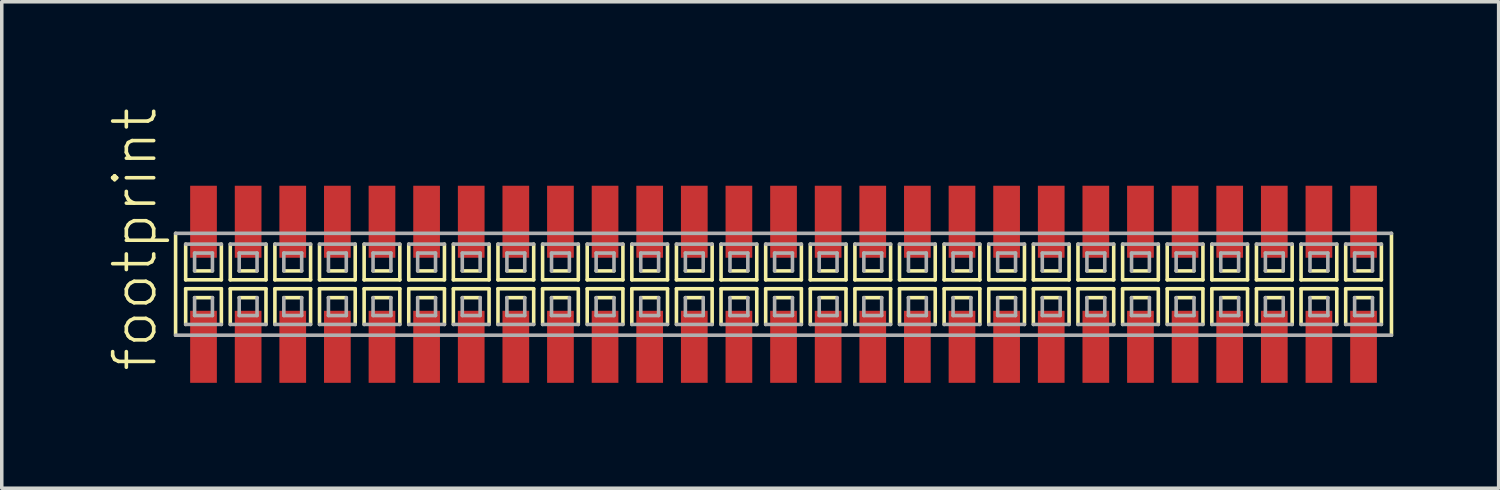
<source format=kicad_pcb>
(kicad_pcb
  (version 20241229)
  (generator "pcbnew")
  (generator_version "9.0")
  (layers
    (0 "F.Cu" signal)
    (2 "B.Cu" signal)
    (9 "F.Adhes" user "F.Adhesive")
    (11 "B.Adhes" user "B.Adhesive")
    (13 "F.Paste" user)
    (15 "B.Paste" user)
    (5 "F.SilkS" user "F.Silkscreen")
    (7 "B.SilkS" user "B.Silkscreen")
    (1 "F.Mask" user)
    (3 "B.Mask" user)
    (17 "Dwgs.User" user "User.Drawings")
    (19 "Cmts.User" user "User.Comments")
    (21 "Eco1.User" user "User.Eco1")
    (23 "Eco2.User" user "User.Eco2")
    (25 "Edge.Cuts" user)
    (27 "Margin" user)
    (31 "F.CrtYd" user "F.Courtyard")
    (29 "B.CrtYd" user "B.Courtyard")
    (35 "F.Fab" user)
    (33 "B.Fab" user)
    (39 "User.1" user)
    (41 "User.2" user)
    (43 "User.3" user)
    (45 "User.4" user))
  (footprint "footprint"
    (layer "F.Cu")
    (at 19.253 5.042)
    (property "Reference" "footprint" (at -17.78 2.54 90) (layer "F.SilkS") (effects (font (size 1.168 1.168) (thickness 0.102)) (justify left bottom)))
    (fp_line (start -17.305 -1.45) (end -17.305 1.45) (stroke (width 0.102) (type solid)) (layer "F.SilkS"))
    (fp_line (start -17.018 -1.143) (end -17.018 -0.127) (stroke (width 0.102) (type solid)) (layer "F.SilkS"))
    (fp_line (start -17.018 -0.127) (end -16.002 -0.127) (stroke (width 0.102) (type solid)) (layer "F.SilkS"))
    (fp_line (start -17.018 0.127) (end -17.018 1.143) (stroke (width 0.102) (type solid)) (layer "F.SilkS"))
    (fp_line (start -16.764 -0.381) (end -16.256 -0.381) (stroke (width 0.102) (type solid)) (layer "F.SilkS"))
    (fp_line (start -16.256 0.381) (end -16.764 0.381) (stroke (width 0.102) (type solid)) (layer "F.SilkS"))
    (fp_line (start -16.002 -0.127) (end -16.002 -1.143) (stroke (width 0.102) (type solid)) (layer "F.SilkS"))
    (fp_line (start -16.002 0.127) (end -17.018 0.127) (stroke (width 0.102) (type solid)) (layer "F.SilkS"))
    (fp_line (start -16.002 1.143) (end -16.002 0.127) (stroke (width 0.102) (type solid)) (layer "F.SilkS"))
    (fp_line (start -15.748 -1.143) (end -15.748 -0.127) (stroke (width 0.102) (type solid)) (layer "F.SilkS"))
    (fp_line (start -15.748 -0.127) (end -14.732 -0.127) (stroke (width 0.102) (type solid)) (layer "F.SilkS"))
    (fp_line (start -15.748 0.127) (end -15.748 1.143) (stroke (width 0.102) (type solid)) (layer "F.SilkS"))
    (fp_line (start -15.494 -0.381) (end -14.986 -0.381) (stroke (width 0.102) (type solid)) (layer "F.SilkS"))
    (fp_line (start -14.986 0.381) (end -15.494 0.381) (stroke (width 0.102) (type solid)) (layer "F.SilkS"))
    (fp_line (start -14.732 -0.127) (end -14.732 -1.143) (stroke (width 0.102) (type solid)) (layer "F.SilkS"))
    (fp_line (start -14.732 0.127) (end -15.748 0.127) (stroke (width 0.102) (type solid)) (layer "F.SilkS"))
    (fp_line (start -14.732 1.143) (end -14.732 0.127) (stroke (width 0.102) (type solid)) (layer "F.SilkS"))
    (fp_line (start -14.478 -1.143) (end -14.478 -0.127) (stroke (width 0.102) (type solid)) (layer "F.SilkS"))
    (fp_line (start -14.478 -0.127) (end -13.462 -0.127) (stroke (width 0.102) (type solid)) (layer "F.SilkS"))
    (fp_line (start -14.478 0.127) (end -14.478 1.143) (stroke (width 0.102) (type solid)) (layer "F.SilkS"))
    (fp_line (start -14.224 -0.381) (end -13.716 -0.381) (stroke (width 0.102) (type solid)) (layer "F.SilkS"))
    (fp_line (start -13.716 0.381) (end -14.224 0.381) (stroke (width 0.102) (type solid)) (layer "F.SilkS"))
    (fp_line (start -13.462 -0.127) (end -13.462 -1.143) (stroke (width 0.102) (type solid)) (layer "F.SilkS"))
    (fp_line (start -13.462 0.127) (end -14.478 0.127) (stroke (width 0.102) (type solid)) (layer "F.SilkS"))
    (fp_line (start -13.462 1.143) (end -13.462 0.127) (stroke (width 0.102) (type solid)) (layer "F.SilkS"))
    (fp_line (start -13.208 -1.143) (end -13.208 -0.127) (stroke (width 0.102) (type solid)) (layer "F.SilkS"))
    (fp_line (start -13.208 -0.127) (end -12.192 -0.127) (stroke (width 0.102) (type solid)) (layer "F.SilkS"))
    (fp_line (start -13.208 0.127) (end -13.208 1.143) (stroke (width 0.102) (type solid)) (layer "F.SilkS"))
    (fp_line (start -12.954 -0.381) (end -12.446 -0.381) (stroke (width 0.102) (type solid)) (layer "F.SilkS"))
    (fp_line (start -12.446 0.381) (end -12.954 0.381) (stroke (width 0.102) (type solid)) (layer "F.SilkS"))
    (fp_line (start -12.192 -0.127) (end -12.192 -1.143) (stroke (width 0.102) (type solid)) (layer "F.SilkS"))
    (fp_line (start -12.192 0.127) (end -13.208 0.127) (stroke (width 0.102) (type solid)) (layer "F.SilkS"))
    (fp_line (start -12.192 1.143) (end -12.192 0.127) (stroke (width 0.102) (type solid)) (layer "F.SilkS"))
    (fp_line (start -11.938 -1.143) (end -11.938 -0.127) (stroke (width 0.102) (type solid)) (layer "F.SilkS"))
    (fp_line (start -11.938 -0.127) (end -10.922 -0.127) (stroke (width 0.102) (type solid)) (layer "F.SilkS"))
    (fp_line (start -11.938 0.127) (end -11.938 1.143) (stroke (width 0.102) (type solid)) (layer "F.SilkS"))
    (fp_line (start -11.684 -0.381) (end -11.176 -0.381) (stroke (width 0.102) (type solid)) (layer "F.SilkS"))
    (fp_line (start -11.176 0.381) (end -11.684 0.381) (stroke (width 0.102) (type solid)) (layer "F.SilkS"))
    (fp_line (start -10.922 -0.127) (end -10.922 -1.143) (stroke (width 0.102) (type solid)) (layer "F.SilkS"))
    (fp_line (start -10.922 0.127) (end -11.938 0.127) (stroke (width 0.102) (type solid)) (layer "F.SilkS"))
    (fp_line (start -10.922 1.143) (end -10.922 0.127) (stroke (width 0.102) (type solid)) (layer "F.SilkS"))
    (fp_line (start -10.668 -1.143) (end -10.668 -0.127) (stroke (width 0.102) (type solid)) (layer "F.SilkS"))
    (fp_line (start -10.668 -0.127) (end -9.652 -0.127) (stroke (width 0.102) (type solid)) (layer "F.SilkS"))
    (fp_line (start -10.668 0.127) (end -10.668 1.143) (stroke (width 0.102) (type solid)) (layer "F.SilkS"))
    (fp_line (start -10.414 -0.381) (end -9.906 -0.381) (stroke (width 0.102) (type solid)) (layer "F.SilkS"))
    (fp_line (start -9.906 0.381) (end -10.414 0.381) (stroke (width 0.102) (type solid)) (layer "F.SilkS"))
    (fp_line (start -9.652 -0.127) (end -9.652 -1.143) (stroke (width 0.102) (type solid)) (layer "F.SilkS"))
    (fp_line (start -9.652 0.127) (end -10.668 0.127) (stroke (width 0.102) (type solid)) (layer "F.SilkS"))
    (fp_line (start -9.652 1.143) (end -9.652 0.127) (stroke (width 0.102) (type solid)) (layer "F.SilkS"))
    (fp_line (start -9.398 -1.143) (end -9.398 -0.127) (stroke (width 0.102) (type solid)) (layer "F.SilkS"))
    (fp_line (start -9.398 -0.127) (end -8.382 -0.127) (stroke (width 0.102) (type solid)) (layer "F.SilkS"))
    (fp_line (start -9.398 0.127) (end -9.398 1.143) (stroke (width 0.102) (type solid)) (layer "F.SilkS"))
    (fp_line (start -9.144 -0.381) (end -8.636 -0.381) (stroke (width 0.102) (type solid)) (layer "F.SilkS"))
    (fp_line (start -8.636 0.381) (end -9.144 0.381) (stroke (width 0.102) (type solid)) (layer "F.SilkS"))
    (fp_line (start -8.382 -0.127) (end -8.382 -1.143) (stroke (width 0.102) (type solid)) (layer "F.SilkS"))
    (fp_line (start -8.382 0.127) (end -9.398 0.127) (stroke (width 0.102) (type solid)) (layer "F.SilkS"))
    (fp_line (start -8.382 1.143) (end -8.382 0.127) (stroke (width 0.102) (type solid)) (layer "F.SilkS"))
    (fp_line (start -8.128 -1.143) (end -8.128 -0.127) (stroke (width 0.102) (type solid)) (layer "F.SilkS"))
    (fp_line (start -8.128 -0.127) (end -7.112 -0.127) (stroke (width 0.102) (type solid)) (layer "F.SilkS"))
    (fp_line (start -8.128 0.127) (end -8.128 1.143) (stroke (width 0.102) (type solid)) (layer "F.SilkS"))
    (fp_line (start -7.874 -0.381) (end -7.366 -0.381) (stroke (width 0.102) (type solid)) (layer "F.SilkS"))
    (fp_line (start -7.366 0.381) (end -7.874 0.381) (stroke (width 0.102) (type solid)) (layer "F.SilkS"))
    (fp_line (start -7.112 -0.127) (end -7.112 -1.143) (stroke (width 0.102) (type solid)) (layer "F.SilkS"))
    (fp_line (start -7.112 0.127) (end -8.128 0.127) (stroke (width 0.102) (type solid)) (layer "F.SilkS"))
    (fp_line (start -7.112 1.143) (end -7.112 0.127) (stroke (width 0.102) (type solid)) (layer "F.SilkS"))
    (fp_line (start -6.858 -1.143) (end -6.858 -0.127) (stroke (width 0.102) (type solid)) (layer "F.SilkS"))
    (fp_line (start -6.858 -0.127) (end -5.842 -0.127) (stroke (width 0.102) (type solid)) (layer "F.SilkS"))
    (fp_line (start -6.858 0.127) (end -6.858 1.143) (stroke (width 0.102) (type solid)) (layer "F.SilkS"))
    (fp_line (start -6.604 -0.381) (end -6.096 -0.381) (stroke (width 0.102) (type solid)) (layer "F.SilkS"))
    (fp_line (start -6.096 0.381) (end -6.604 0.381) (stroke (width 0.102) (type solid)) (layer "F.SilkS"))
    (fp_line (start -5.842 -0.127) (end -5.842 -1.143) (stroke (width 0.102) (type solid)) (layer "F.SilkS"))
    (fp_line (start -5.842 0.127) (end -6.858 0.127) (stroke (width 0.102) (type solid)) (layer "F.SilkS"))
    (fp_line (start -5.842 1.143) (end -5.842 0.127) (stroke (width 0.102) (type solid)) (layer "F.SilkS"))
    (fp_line (start -5.588 -1.143) (end -5.588 -0.127) (stroke (width 0.102) (type solid)) (layer "F.SilkS"))
    (fp_line (start -5.588 -0.127) (end -4.572 -0.127) (stroke (width 0.102) (type solid)) (layer "F.SilkS"))
    (fp_line (start -5.588 0.127) (end -5.588 1.143) (stroke (width 0.102) (type solid)) (layer "F.SilkS"))
    (fp_line (start -5.334 -0.381) (end -4.826 -0.381) (stroke (width 0.102) (type solid)) (layer "F.SilkS"))
    (fp_line (start -4.826 0.381) (end -5.334 0.381) (stroke (width 0.102) (type solid)) (layer "F.SilkS"))
    (fp_line (start -4.572 -0.127) (end -4.572 -1.143) (stroke (width 0.102) (type solid)) (layer "F.SilkS"))
    (fp_line (start -4.572 0.127) (end -5.588 0.127) (stroke (width 0.102) (type solid)) (layer "F.SilkS"))
    (fp_line (start -4.572 1.143) (end -4.572 0.127) (stroke (width 0.102) (type solid)) (layer "F.SilkS"))
    (fp_line (start -4.318 -1.143) (end -4.318 -0.127) (stroke (width 0.102) (type solid)) (layer "F.SilkS"))
    (fp_line (start -4.318 -0.127) (end -3.302 -0.127) (stroke (width 0.102) (type solid)) (layer "F.SilkS"))
    (fp_line (start -4.318 0.127) (end -4.318 1.143) (stroke (width 0.102) (type solid)) (layer "F.SilkS"))
    (fp_line (start -4.064 -0.381) (end -3.556 -0.381) (stroke (width 0.102) (type solid)) (layer "F.SilkS"))
    (fp_line (start -3.556 0.381) (end -4.064 0.381) (stroke (width 0.102) (type solid)) (layer "F.SilkS"))
    (fp_line (start -3.302 -0.127) (end -3.302 -1.143) (stroke (width 0.102) (type solid)) (layer "F.SilkS"))
    (fp_line (start -3.302 0.127) (end -4.318 0.127) (stroke (width 0.102) (type solid)) (layer "F.SilkS"))
    (fp_line (start -3.302 1.143) (end -3.302 0.127) (stroke (width 0.102) (type solid)) (layer "F.SilkS"))
    (fp_line (start -3.048 -1.143) (end -3.048 -0.127) (stroke (width 0.102) (type solid)) (layer "F.SilkS"))
    (fp_line (start -3.048 -0.127) (end -2.032 -0.127) (stroke (width 0.102) (type solid)) (layer "F.SilkS"))
    (fp_line (start -3.048 0.127) (end -3.048 1.143) (stroke (width 0.102) (type solid)) (layer "F.SilkS"))
    (fp_line (start -2.794 -0.381) (end -2.286 -0.381) (stroke (width 0.102) (type solid)) (layer "F.SilkS"))
    (fp_line (start -2.286 0.381) (end -2.794 0.381) (stroke (width 0.102) (type solid)) (layer "F.SilkS"))
    (fp_line (start -2.032 -0.127) (end -2.032 -1.143) (stroke (width 0.102) (type solid)) (layer "F.SilkS"))
    (fp_line (start -2.032 0.127) (end -3.048 0.127) (stroke (width 0.102) (type solid)) (layer "F.SilkS"))
    (fp_line (start -2.032 1.143) (end -2.032 0.127) (stroke (width 0.102) (type solid)) (layer "F.SilkS"))
    (fp_line (start -1.778 -1.143) (end -1.778 -0.127) (stroke (width 0.102) (type solid)) (layer "F.SilkS"))
    (fp_line (start -1.778 -0.127) (end -0.762 -0.127) (stroke (width 0.102) (type solid)) (layer "F.SilkS"))
    (fp_line (start -1.778 0.127) (end -1.778 1.143) (stroke (width 0.102) (type solid)) (layer "F.SilkS"))
    (fp_line (start -1.524 -0.381) (end -1.016 -0.381) (stroke (width 0.102) (type solid)) (layer "F.SilkS"))
    (fp_line (start -1.016 0.381) (end -1.524 0.381) (stroke (width 0.102) (type solid)) (layer "F.SilkS"))
    (fp_line (start -0.762 -0.127) (end -0.762 -1.143) (stroke (width 0.102) (type solid)) (layer "F.SilkS"))
    (fp_line (start -0.762 0.127) (end -1.778 0.127) (stroke (width 0.102) (type solid)) (layer "F.SilkS"))
    (fp_line (start -0.762 1.143) (end -0.762 0.127) (stroke (width 0.102) (type solid)) (layer "F.SilkS"))
    (fp_line (start -0.508 -1.143) (end -0.508 -0.127) (stroke (width 0.102) (type solid)) (layer "F.SilkS"))
    (fp_line (start -0.508 -0.127) (end 0.508 -0.127) (stroke (width 0.102) (type solid)) (layer "F.SilkS"))
    (fp_line (start -0.508 0.127) (end -0.508 1.143) (stroke (width 0.102) (type solid)) (layer "F.SilkS"))
    (fp_line (start -0.254 -0.381) (end 0.254 -0.381) (stroke (width 0.102) (type solid)) (layer "F.SilkS"))
    (fp_line (start 0.254 0.381) (end -0.254 0.381) (stroke (width 0.102) (type solid)) (layer "F.SilkS"))
    (fp_line (start 0.508 -0.127) (end 0.508 -1.143) (stroke (width 0.102) (type solid)) (layer "F.SilkS"))
    (fp_line (start 0.508 0.127) (end -0.508 0.127) (stroke (width 0.102) (type solid)) (layer "F.SilkS"))
    (fp_line (start 0.508 1.143) (end 0.508 0.127) (stroke (width 0.102) (type solid)) (layer "F.SilkS"))
    (fp_line (start 0.762 -1.143) (end 0.762 -0.127) (stroke (width 0.102) (type solid)) (layer "F.SilkS"))
    (fp_line (start 0.762 -0.127) (end 1.778 -0.127) (stroke (width 0.102) (type solid)) (layer "F.SilkS"))
    (fp_line (start 0.762 0.127) (end 0.762 1.143) (stroke (width 0.102) (type solid)) (layer "F.SilkS"))
    (fp_line (start 1.016 -0.381) (end 1.524 -0.381) (stroke (width 0.102) (type solid)) (layer "F.SilkS"))
    (fp_line (start 1.524 0.381) (end 1.016 0.381) (stroke (width 0.102) (type solid)) (layer "F.SilkS"))
    (fp_line (start 1.778 -0.127) (end 1.778 -1.143) (stroke (width 0.102) (type solid)) (layer "F.SilkS"))
    (fp_line (start 1.778 0.127) (end 0.762 0.127) (stroke (width 0.102) (type solid)) (layer "F.SilkS"))
    (fp_line (start 1.778 1.143) (end 1.778 0.127) (stroke (width 0.102) (type solid)) (layer "F.SilkS"))
    (fp_line (start 2.032 -1.143) (end 2.032 -0.127) (stroke (width 0.102) (type solid)) (layer "F.SilkS"))
    (fp_line (start 2.032 -0.127) (end 3.048 -0.127) (stroke (width 0.102) (type solid)) (layer "F.SilkS"))
    (fp_line (start 2.032 0.127) (end 2.032 1.143) (stroke (width 0.102) (type solid)) (layer "F.SilkS"))
    (fp_line (start 2.286 -0.381) (end 2.794 -0.381) (stroke (width 0.102) (type solid)) (layer "F.SilkS"))
    (fp_line (start 2.794 0.381) (end 2.286 0.381) (stroke (width 0.102) (type solid)) (layer "F.SilkS"))
    (fp_line (start 3.048 -0.127) (end 3.048 -1.143) (stroke (width 0.102) (type solid)) (layer "F.SilkS"))
    (fp_line (start 3.048 0.127) (end 2.032 0.127) (stroke (width 0.102) (type solid)) (layer "F.SilkS"))
    (fp_line (start 3.048 1.143) (end 3.048 0.127) (stroke (width 0.102) (type solid)) (layer "F.SilkS"))
    (fp_line (start 3.302 -1.143) (end 3.302 -0.127) (stroke (width 0.102) (type solid)) (layer "F.SilkS"))
    (fp_line (start 3.302 -0.127) (end 4.318 -0.127) (stroke (width 0.102) (type solid)) (layer "F.SilkS"))
    (fp_line (start 3.302 0.127) (end 3.302 1.143) (stroke (width 0.102) (type solid)) (layer "F.SilkS"))
    (fp_line (start 3.556 -0.381) (end 4.064 -0.381) (stroke (width 0.102) (type solid)) (layer "F.SilkS"))
    (fp_line (start 4.064 0.381) (end 3.556 0.381) (stroke (width 0.102) (type solid)) (layer "F.SilkS"))
    (fp_line (start 4.318 -0.127) (end 4.318 -1.143) (stroke (width 0.102) (type solid)) (layer "F.SilkS"))
    (fp_line (start 4.318 0.127) (end 3.302 0.127) (stroke (width 0.102) (type solid)) (layer "F.SilkS"))
    (fp_line (start 4.318 1.143) (end 4.318 0.127) (stroke (width 0.102) (type solid)) (layer "F.SilkS"))
    (fp_line (start 4.572 -1.143) (end 4.572 -0.127) (stroke (width 0.102) (type solid)) (layer "F.SilkS"))
    (fp_line (start 4.572 -0.127) (end 5.588 -0.127) (stroke (width 0.102) (type solid)) (layer "F.SilkS"))
    (fp_line (start 4.572 0.127) (end 4.572 1.143) (stroke (width 0.102) (type solid)) (layer "F.SilkS"))
    (fp_line (start 4.826 -0.381) (end 5.334 -0.381) (stroke (width 0.102) (type solid)) (layer "F.SilkS"))
    (fp_line (start 5.334 0.381) (end 4.826 0.381) (stroke (width 0.102) (type solid)) (layer "F.SilkS"))
    (fp_line (start 5.588 -0.127) (end 5.588 -1.143) (stroke (width 0.102) (type solid)) (layer "F.SilkS"))
    (fp_line (start 5.588 0.127) (end 4.572 0.127) (stroke (width 0.102) (type solid)) (layer "F.SilkS"))
    (fp_line (start 5.588 1.143) (end 5.588 0.127) (stroke (width 0.102) (type solid)) (layer "F.SilkS"))
    (fp_line (start 5.842 -1.143) (end 5.842 -0.127) (stroke (width 0.102) (type solid)) (layer "F.SilkS"))
    (fp_line (start 5.842 -0.127) (end 6.858 -0.127) (stroke (width 0.102) (type solid)) (layer "F.SilkS"))
    (fp_line (start 5.842 0.127) (end 5.842 1.143) (stroke (width 0.102) (type solid)) (layer "F.SilkS"))
    (fp_line (start 6.096 -0.381) (end 6.604 -0.381) (stroke (width 0.102) (type solid)) (layer "F.SilkS"))
    (fp_line (start 6.604 0.381) (end 6.096 0.381) (stroke (width 0.102) (type solid)) (layer "F.SilkS"))
    (fp_line (start 6.858 -0.127) (end 6.858 -1.143) (stroke (width 0.102) (type solid)) (layer "F.SilkS"))
    (fp_line (start 6.858 0.127) (end 5.842 0.127) (stroke (width 0.102) (type solid)) (layer "F.SilkS"))
    (fp_line (start 6.858 1.143) (end 6.858 0.127) (stroke (width 0.102) (type solid)) (layer "F.SilkS"))
    (fp_line (start 7.112 -1.143) (end 7.112 -0.127) (stroke (width 0.102) (type solid)) (layer "F.SilkS"))
    (fp_line (start 7.112 -0.127) (end 8.128 -0.127) (stroke (width 0.102) (type solid)) (layer "F.SilkS"))
    (fp_line (start 7.112 0.127) (end 7.112 1.143) (stroke (width 0.102) (type solid)) (layer "F.SilkS"))
    (fp_line (start 7.366 -0.381) (end 7.874 -0.381) (stroke (width 0.102) (type solid)) (layer "F.SilkS"))
    (fp_line (start 7.874 0.381) (end 7.366 0.381) (stroke (width 0.102) (type solid)) (layer "F.SilkS"))
    (fp_line (start 8.128 -0.127) (end 8.128 -1.143) (stroke (width 0.102) (type solid)) (layer "F.SilkS"))
    (fp_line (start 8.128 0.127) (end 7.112 0.127) (stroke (width 0.102) (type solid)) (layer "F.SilkS"))
    (fp_line (start 8.128 1.143) (end 8.128 0.127) (stroke (width 0.102) (type solid)) (layer "F.SilkS"))
    (fp_line (start 8.382 -1.143) (end 8.382 -0.127) (stroke (width 0.102) (type solid)) (layer "F.SilkS"))
    (fp_line (start 8.382 -0.127) (end 9.398 -0.127) (stroke (width 0.102) (type solid)) (layer "F.SilkS"))
    (fp_line (start 8.382 0.127) (end 8.382 1.143) (stroke (width 0.102) (type solid)) (layer "F.SilkS"))
    (fp_line (start 8.636 -0.381) (end 9.144 -0.381) (stroke (width 0.102) (type solid)) (layer "F.SilkS"))
    (fp_line (start 9.144 0.381) (end 8.636 0.381) (stroke (width 0.102) (type solid)) (layer "F.SilkS"))
    (fp_line (start 9.398 -0.127) (end 9.398 -1.143) (stroke (width 0.102) (type solid)) (layer "F.SilkS"))
    (fp_line (start 9.398 0.127) (end 8.382 0.127) (stroke (width 0.102) (type solid)) (layer "F.SilkS"))
    (fp_line (start 9.398 1.143) (end 9.398 0.127) (stroke (width 0.102) (type solid)) (layer "F.SilkS"))
    (fp_line (start 9.652 -1.143) (end 9.652 -0.127) (stroke (width 0.102) (type solid)) (layer "F.SilkS"))
    (fp_line (start 9.652 -0.127) (end 10.668 -0.127) (stroke (width 0.102) (type solid)) (layer "F.SilkS"))
    (fp_line (start 9.652 0.127) (end 9.652 1.143) (stroke (width 0.102) (type solid)) (layer "F.SilkS"))
    (fp_line (start 9.906 -0.381) (end 10.414 -0.381) (stroke (width 0.102) (type solid)) (layer "F.SilkS"))
    (fp_line (start 10.414 0.381) (end 9.906 0.381) (stroke (width 0.102) (type solid)) (layer "F.SilkS"))
    (fp_line (start 10.668 -0.127) (end 10.668 -1.143) (stroke (width 0.102) (type solid)) (layer "F.SilkS"))
    (fp_line (start 10.668 0.127) (end 9.652 0.127) (stroke (width 0.102) (type solid)) (layer "F.SilkS"))
    (fp_line (start 10.668 1.143) (end 10.668 0.127) (stroke (width 0.102) (type solid)) (layer "F.SilkS"))
    (fp_line (start 10.922 -1.143) (end 10.922 -0.127) (stroke (width 0.102) (type solid)) (layer "F.SilkS"))
    (fp_line (start 10.922 -0.127) (end 11.938 -0.127) (stroke (width 0.102) (type solid)) (layer "F.SilkS"))
    (fp_line (start 10.922 0.127) (end 10.922 1.143) (stroke (width 0.102) (type solid)) (layer "F.SilkS"))
    (fp_line (start 11.176 -0.381) (end 11.684 -0.381) (stroke (width 0.102) (type solid)) (layer "F.SilkS"))
    (fp_line (start 11.684 0.381) (end 11.176 0.381) (stroke (width 0.102) (type solid)) (layer "F.SilkS"))
    (fp_line (start 11.938 -0.127) (end 11.938 -1.143) (stroke (width 0.102) (type solid)) (layer "F.SilkS"))
    (fp_line (start 11.938 0.127) (end 10.922 0.127) (stroke (width 0.102) (type solid)) (layer "F.SilkS"))
    (fp_line (start 11.938 1.143) (end 11.938 0.127) (stroke (width 0.102) (type solid)) (layer "F.SilkS"))
    (fp_line (start 12.192 -1.143) (end 12.192 -0.127) (stroke (width 0.102) (type solid)) (layer "F.SilkS"))
    (fp_line (start 12.192 -0.127) (end 13.208 -0.127) (stroke (width 0.102) (type solid)) (layer "F.SilkS"))
    (fp_line (start 12.192 0.127) (end 12.192 1.143) (stroke (width 0.102) (type solid)) (layer "F.SilkS"))
    (fp_line (start 12.446 -0.381) (end 12.954 -0.381) (stroke (width 0.102) (type solid)) (layer "F.SilkS"))
    (fp_line (start 12.954 0.381) (end 12.446 0.381) (stroke (width 0.102) (type solid)) (layer "F.SilkS"))
    (fp_line (start 13.208 -0.127) (end 13.208 -1.143) (stroke (width 0.102) (type solid)) (layer "F.SilkS"))
    (fp_line (start 13.208 0.127) (end 12.192 0.127) (stroke (width 0.102) (type solid)) (layer "F.SilkS"))
    (fp_line (start 13.208 1.143) (end 13.208 0.127) (stroke (width 0.102) (type solid)) (layer "F.SilkS"))
    (fp_line (start 13.462 -1.143) (end 13.462 -0.127) (stroke (width 0.102) (type solid)) (layer "F.SilkS"))
    (fp_line (start 13.462 -0.127) (end 14.478 -0.127) (stroke (width 0.102) (type solid)) (layer "F.SilkS"))
    (fp_line (start 13.462 0.127) (end 13.462 1.143) (stroke (width 0.102) (type solid)) (layer "F.SilkS"))
    (fp_line (start 13.716 -0.381) (end 14.224 -0.381) (stroke (width 0.102) (type solid)) (layer "F.SilkS"))
    (fp_line (start 14.224 0.381) (end 13.716 0.381) (stroke (width 0.102) (type solid)) (layer "F.SilkS"))
    (fp_line (start 14.478 -0.127) (end 14.478 -1.143) (stroke (width 0.102) (type solid)) (layer "F.SilkS"))
    (fp_line (start 14.478 0.127) (end 13.462 0.127) (stroke (width 0.102) (type solid)) (layer "F.SilkS"))
    (fp_line (start 14.478 1.143) (end 14.478 0.127) (stroke (width 0.102) (type solid)) (layer "F.SilkS"))
    (fp_line (start 14.732 -1.143) (end 14.732 -0.127) (stroke (width 0.102) (type solid)) (layer "F.SilkS"))
    (fp_line (start 14.732 -0.127) (end 15.748 -0.127) (stroke (width 0.102) (type solid)) (layer "F.SilkS"))
    (fp_line (start 14.732 0.127) (end 14.732 1.143) (stroke (width 0.102) (type solid)) (layer "F.SilkS"))
    (fp_line (start 14.986 -0.381) (end 15.494 -0.381) (stroke (width 0.102) (type solid)) (layer "F.SilkS"))
    (fp_line (start 15.494 0.381) (end 14.986 0.381) (stroke (width 0.102) (type solid)) (layer "F.SilkS"))
    (fp_line (start 15.748 -0.127) (end 15.748 -1.143) (stroke (width 0.102) (type solid)) (layer "F.SilkS"))
    (fp_line (start 15.748 0.127) (end 14.732 0.127) (stroke (width 0.102) (type solid)) (layer "F.SilkS"))
    (fp_line (start 15.748 1.143) (end 15.748 0.127) (stroke (width 0.102) (type solid)) (layer "F.SilkS"))
    (fp_line (start 16.002 -1.143) (end 16.002 -0.127) (stroke (width 0.102) (type solid)) (layer "F.SilkS"))
    (fp_line (start 16.002 -0.127) (end 17.018 -0.127) (stroke (width 0.102) (type solid)) (layer "F.SilkS"))
    (fp_line (start 16.002 0.127) (end 16.002 1.143) (stroke (width 0.102) (type solid)) (layer "F.SilkS"))
    (fp_line (start 16.256 -0.381) (end 16.764 -0.381) (stroke (width 0.102) (type solid)) (layer "F.SilkS"))
    (fp_line (start 16.764 0.381) (end 16.256 0.381) (stroke (width 0.102) (type solid)) (layer "F.SilkS"))
    (fp_line (start 17.018 -0.127) (end 17.018 -1.143) (stroke (width 0.102) (type solid)) (layer "F.SilkS"))
    (fp_line (start 17.018 0.127) (end 16.002 0.127) (stroke (width 0.102) (type solid)) (layer "F.SilkS"))
    (fp_line (start 17.018 1.143) (end 17.018 0.127) (stroke (width 0.102) (type solid)) (layer "F.SilkS"))
    (fp_line (start 17.305 1.45) (end 17.305 -1.45) (stroke (width 0.102) (type solid)) (layer "F.SilkS"))
    (fp_line (start -17.305 1.45) (end 17.305 1.45) (stroke (width 0.102) (type solid)) (layer "F.Fab"))
    (fp_line (start -17.018 1.143) (end -16.002 1.143) (stroke (width 0.102) (type solid)) (layer "F.Fab"))
    (fp_line (start -16.764 -0.889) (end -16.764 -0.381) (stroke (width 0.102) (type solid)) (layer "F.Fab"))
    (fp_line (start -16.764 0.381) (end -16.764 0.889) (stroke (width 0.102) (type solid)) (layer "F.Fab"))
    (fp_line (start -16.764 0.889) (end -16.256 0.889) (stroke (width 0.102) (type solid)) (layer "F.Fab"))
    (fp_line (start -16.256 -0.889) (end -16.764 -0.889) (stroke (width 0.102) (type solid)) (layer "F.Fab"))
    (fp_line (start -16.256 -0.381) (end -16.256 -0.889) (stroke (width 0.102) (type solid)) (layer "F.Fab"))
    (fp_line (start -16.256 0.889) (end -16.256 0.381) (stroke (width 0.102) (type solid)) (layer "F.Fab"))
    (fp_line (start -16.002 -1.143) (end -17.018 -1.143) (stroke (width 0.102) (type solid)) (layer "F.Fab"))
    (fp_line (start -15.748 1.143) (end -14.732 1.143) (stroke (width 0.102) (type solid)) (layer "F.Fab"))
    (fp_line (start -15.494 -0.889) (end -15.494 -0.381) (stroke (width 0.102) (type solid)) (layer "F.Fab"))
    (fp_line (start -15.494 0.381) (end -15.494 0.889) (stroke (width 0.102) (type solid)) (layer "F.Fab"))
    (fp_line (start -15.494 0.889) (end -14.986 0.889) (stroke (width 0.102) (type solid)) (layer "F.Fab"))
    (fp_line (start -14.986 -0.889) (end -15.494 -0.889) (stroke (width 0.102) (type solid)) (layer "F.Fab"))
    (fp_line (start -14.986 -0.381) (end -14.986 -0.889) (stroke (width 0.102) (type solid)) (layer "F.Fab"))
    (fp_line (start -14.986 0.889) (end -14.986 0.381) (stroke (width 0.102) (type solid)) (layer "F.Fab"))
    (fp_line (start -14.732 -1.143) (end -15.748 -1.143) (stroke (width 0.102) (type solid)) (layer "F.Fab"))
    (fp_line (start -14.478 1.143) (end -13.462 1.143) (stroke (width 0.102) (type solid)) (layer "F.Fab"))
    (fp_line (start -14.224 -0.889) (end -14.224 -0.381) (stroke (width 0.102) (type solid)) (layer "F.Fab"))
    (fp_line (start -14.224 0.381) (end -14.224 0.889) (stroke (width 0.102) (type solid)) (layer "F.Fab"))
    (fp_line (start -14.224 0.889) (end -13.716 0.889) (stroke (width 0.102) (type solid)) (layer "F.Fab"))
    (fp_line (start -13.716 -0.889) (end -14.224 -0.889) (stroke (width 0.102) (type solid)) (layer "F.Fab"))
    (fp_line (start -13.716 -0.381) (end -13.716 -0.889) (stroke (width 0.102) (type solid)) (layer "F.Fab"))
    (fp_line (start -13.716 0.889) (end -13.716 0.381) (stroke (width 0.102) (type solid)) (layer "F.Fab"))
    (fp_line (start -13.462 -1.143) (end -14.478 -1.143) (stroke (width 0.102) (type solid)) (layer "F.Fab"))
    (fp_line (start -13.208 1.143) (end -12.192 1.143) (stroke (width 0.102) (type solid)) (layer "F.Fab"))
    (fp_line (start -12.954 -0.889) (end -12.954 -0.381) (stroke (width 0.102) (type solid)) (layer "F.Fab"))
    (fp_line (start -12.954 0.381) (end -12.954 0.889) (stroke (width 0.102) (type solid)) (layer "F.Fab"))
    (fp_line (start -12.954 0.889) (end -12.446 0.889) (stroke (width 0.102) (type solid)) (layer "F.Fab"))
    (fp_line (start -12.446 -0.889) (end -12.954 -0.889) (stroke (width 0.102) (type solid)) (layer "F.Fab"))
    (fp_line (start -12.446 -0.381) (end -12.446 -0.889) (stroke (width 0.102) (type solid)) (layer "F.Fab"))
    (fp_line (start -12.446 0.889) (end -12.446 0.381) (stroke (width 0.102) (type solid)) (layer "F.Fab"))
    (fp_line (start -12.192 -1.143) (end -13.208 -1.143) (stroke (width 0.102) (type solid)) (layer "F.Fab"))
    (fp_line (start -11.938 1.143) (end -10.922 1.143) (stroke (width 0.102) (type solid)) (layer "F.Fab"))
    (fp_line (start -11.684 -0.889) (end -11.684 -0.381) (stroke (width 0.102) (type solid)) (layer "F.Fab"))
    (fp_line (start -11.684 0.381) (end -11.684 0.889) (stroke (width 0.102) (type solid)) (layer "F.Fab"))
    (fp_line (start -11.684 0.889) (end -11.176 0.889) (stroke (width 0.102) (type solid)) (layer "F.Fab"))
    (fp_line (start -11.176 -0.889) (end -11.684 -0.889) (stroke (width 0.102) (type solid)) (layer "F.Fab"))
    (fp_line (start -11.176 -0.381) (end -11.176 -0.889) (stroke (width 0.102) (type solid)) (layer "F.Fab"))
    (fp_line (start -11.176 0.889) (end -11.176 0.381) (stroke (width 0.102) (type solid)) (layer "F.Fab"))
    (fp_line (start -10.922 -1.143) (end -11.938 -1.143) (stroke (width 0.102) (type solid)) (layer "F.Fab"))
    (fp_line (start -10.668 1.143) (end -9.652 1.143) (stroke (width 0.102) (type solid)) (layer "F.Fab"))
    (fp_line (start -10.414 -0.889) (end -10.414 -0.381) (stroke (width 0.102) (type solid)) (layer "F.Fab"))
    (fp_line (start -10.414 0.381) (end -10.414 0.889) (stroke (width 0.102) (type solid)) (layer "F.Fab"))
    (fp_line (start -10.414 0.889) (end -9.906 0.889) (stroke (width 0.102) (type solid)) (layer "F.Fab"))
    (fp_line (start -9.906 -0.889) (end -10.414 -0.889) (stroke (width 0.102) (type solid)) (layer "F.Fab"))
    (fp_line (start -9.906 -0.381) (end -9.906 -0.889) (stroke (width 0.102) (type solid)) (layer "F.Fab"))
    (fp_line (start -9.906 0.889) (end -9.906 0.381) (stroke (width 0.102) (type solid)) (layer "F.Fab"))
    (fp_line (start -9.652 -1.143) (end -10.668 -1.143) (stroke (width 0.102) (type solid)) (layer "F.Fab"))
    (fp_line (start -9.398 1.143) (end -8.382 1.143) (stroke (width 0.102) (type solid)) (layer "F.Fab"))
    (fp_line (start -9.144 -0.889) (end -9.144 -0.381) (stroke (width 0.102) (type solid)) (layer "F.Fab"))
    (fp_line (start -9.144 0.381) (end -9.144 0.889) (stroke (width 0.102) (type solid)) (layer "F.Fab"))
    (fp_line (start -9.144 0.889) (end -8.636 0.889) (stroke (width 0.102) (type solid)) (layer "F.Fab"))
    (fp_line (start -8.636 -0.889) (end -9.144 -0.889) (stroke (width 0.102) (type solid)) (layer "F.Fab"))
    (fp_line (start -8.636 -0.381) (end -8.636 -0.889) (stroke (width 0.102) (type solid)) (layer "F.Fab"))
    (fp_line (start -8.636 0.889) (end -8.636 0.381) (stroke (width 0.102) (type solid)) (layer "F.Fab"))
    (fp_line (start -8.382 -1.143) (end -9.398 -1.143) (stroke (width 0.102) (type solid)) (layer "F.Fab"))
    (fp_line (start -8.128 1.143) (end -7.112 1.143) (stroke (width 0.102) (type solid)) (layer "F.Fab"))
    (fp_line (start -7.874 -0.889) (end -7.874 -0.381) (stroke (width 0.102) (type solid)) (layer "F.Fab"))
    (fp_line (start -7.874 0.381) (end -7.874 0.889) (stroke (width 0.102) (type solid)) (layer "F.Fab"))
    (fp_line (start -7.874 0.889) (end -7.366 0.889) (stroke (width 0.102) (type solid)) (layer "F.Fab"))
    (fp_line (start -7.366 -0.889) (end -7.874 -0.889) (stroke (width 0.102) (type solid)) (layer "F.Fab"))
    (fp_line (start -7.366 -0.381) (end -7.366 -0.889) (stroke (width 0.102) (type solid)) (layer "F.Fab"))
    (fp_line (start -7.366 0.889) (end -7.366 0.381) (stroke (width 0.102) (type solid)) (layer "F.Fab"))
    (fp_line (start -7.112 -1.143) (end -8.128 -1.143) (stroke (width 0.102) (type solid)) (layer "F.Fab"))
    (fp_line (start -6.858 1.143) (end -5.842 1.143) (stroke (width 0.102) (type solid)) (layer "F.Fab"))
    (fp_line (start -6.604 -0.889) (end -6.604 -0.381) (stroke (width 0.102) (type solid)) (layer "F.Fab"))
    (fp_line (start -6.604 0.381) (end -6.604 0.889) (stroke (width 0.102) (type solid)) (layer "F.Fab"))
    (fp_line (start -6.604 0.889) (end -6.096 0.889) (stroke (width 0.102) (type solid)) (layer "F.Fab"))
    (fp_line (start -6.096 -0.889) (end -6.604 -0.889) (stroke (width 0.102) (type solid)) (layer "F.Fab"))
    (fp_line (start -6.096 -0.381) (end -6.096 -0.889) (stroke (width 0.102) (type solid)) (layer "F.Fab"))
    (fp_line (start -6.096 0.889) (end -6.096 0.381) (stroke (width 0.102) (type solid)) (layer "F.Fab"))
    (fp_line (start -5.842 -1.143) (end -6.858 -1.143) (stroke (width 0.102) (type solid)) (layer "F.Fab"))
    (fp_line (start -5.588 1.143) (end -4.572 1.143) (stroke (width 0.102) (type solid)) (layer "F.Fab"))
    (fp_line (start -5.334 -0.889) (end -5.334 -0.381) (stroke (width 0.102) (type solid)) (layer "F.Fab"))
    (fp_line (start -5.334 0.381) (end -5.334 0.889) (stroke (width 0.102) (type solid)) (layer "F.Fab"))
    (fp_line (start -5.334 0.889) (end -4.826 0.889) (stroke (width 0.102) (type solid)) (layer "F.Fab"))
    (fp_line (start -4.826 -0.889) (end -5.334 -0.889) (stroke (width 0.102) (type solid)) (layer "F.Fab"))
    (fp_line (start -4.826 -0.381) (end -4.826 -0.889) (stroke (width 0.102) (type solid)) (layer "F.Fab"))
    (fp_line (start -4.826 0.889) (end -4.826 0.381) (stroke (width 0.102) (type solid)) (layer "F.Fab"))
    (fp_line (start -4.572 -1.143) (end -5.588 -1.143) (stroke (width 0.102) (type solid)) (layer "F.Fab"))
    (fp_line (start -4.318 1.143) (end -3.302 1.143) (stroke (width 0.102) (type solid)) (layer "F.Fab"))
    (fp_line (start -4.064 -0.889) (end -4.064 -0.381) (stroke (width 0.102) (type solid)) (layer "F.Fab"))
    (fp_line (start -4.064 0.381) (end -4.064 0.889) (stroke (width 0.102) (type solid)) (layer "F.Fab"))
    (fp_line (start -4.064 0.889) (end -3.556 0.889) (stroke (width 0.102) (type solid)) (layer "F.Fab"))
    (fp_line (start -3.556 -0.889) (end -4.064 -0.889) (stroke (width 0.102) (type solid)) (layer "F.Fab"))
    (fp_line (start -3.556 -0.381) (end -3.556 -0.889) (stroke (width 0.102) (type solid)) (layer "F.Fab"))
    (fp_line (start -3.556 0.889) (end -3.556 0.381) (stroke (width 0.102) (type solid)) (layer "F.Fab"))
    (fp_line (start -3.302 -1.143) (end -4.318 -1.143) (stroke (width 0.102) (type solid)) (layer "F.Fab"))
    (fp_line (start -3.048 1.143) (end -2.032 1.143) (stroke (width 0.102) (type solid)) (layer "F.Fab"))
    (fp_line (start -2.794 -0.889) (end -2.794 -0.381) (stroke (width 0.102) (type solid)) (layer "F.Fab"))
    (fp_line (start -2.794 0.381) (end -2.794 0.889) (stroke (width 0.102) (type solid)) (layer "F.Fab"))
    (fp_line (start -2.794 0.889) (end -2.286 0.889) (stroke (width 0.102) (type solid)) (layer "F.Fab"))
    (fp_line (start -2.286 -0.889) (end -2.794 -0.889) (stroke (width 0.102) (type solid)) (layer "F.Fab"))
    (fp_line (start -2.286 -0.381) (end -2.286 -0.889) (stroke (width 0.102) (type solid)) (layer "F.Fab"))
    (fp_line (start -2.286 0.889) (end -2.286 0.381) (stroke (width 0.102) (type solid)) (layer "F.Fab"))
    (fp_line (start -2.032 -1.143) (end -3.048 -1.143) (stroke (width 0.102) (type solid)) (layer "F.Fab"))
    (fp_line (start -1.778 1.143) (end -0.762 1.143) (stroke (width 0.102) (type solid)) (layer "F.Fab"))
    (fp_line (start -1.524 -0.889) (end -1.524 -0.381) (stroke (width 0.102) (type solid)) (layer "F.Fab"))
    (fp_line (start -1.524 0.381) (end -1.524 0.889) (stroke (width 0.102) (type solid)) (layer "F.Fab"))
    (fp_line (start -1.524 0.889) (end -1.016 0.889) (stroke (width 0.102) (type solid)) (layer "F.Fab"))
    (fp_line (start -1.016 -0.889) (end -1.524 -0.889) (stroke (width 0.102) (type solid)) (layer "F.Fab"))
    (fp_line (start -1.016 -0.381) (end -1.016 -0.889) (stroke (width 0.102) (type solid)) (layer "F.Fab"))
    (fp_line (start -1.016 0.889) (end -1.016 0.381) (stroke (width 0.102) (type solid)) (layer "F.Fab"))
    (fp_line (start -0.762 -1.143) (end -1.778 -1.143) (stroke (width 0.102) (type solid)) (layer "F.Fab"))
    (fp_line (start -0.508 1.143) (end 0.508 1.143) (stroke (width 0.102) (type solid)) (layer "F.Fab"))
    (fp_line (start -0.254 -0.889) (end -0.254 -0.381) (stroke (width 0.102) (type solid)) (layer "F.Fab"))
    (fp_line (start -0.254 0.381) (end -0.254 0.889) (stroke (width 0.102) (type solid)) (layer "F.Fab"))
    (fp_line (start -0.254 0.889) (end 0.254 0.889) (stroke (width 0.102) (type solid)) (layer "F.Fab"))
    (fp_line (start 0.254 -0.889) (end -0.254 -0.889) (stroke (width 0.102) (type solid)) (layer "F.Fab"))
    (fp_line (start 0.254 -0.381) (end 0.254 -0.889) (stroke (width 0.102) (type solid)) (layer "F.Fab"))
    (fp_line (start 0.254 0.889) (end 0.254 0.381) (stroke (width 0.102) (type solid)) (layer "F.Fab"))
    (fp_line (start 0.508 -1.143) (end -0.508 -1.143) (stroke (width 0.102) (type solid)) (layer "F.Fab"))
    (fp_line (start 0.762 1.143) (end 1.778 1.143) (stroke (width 0.102) (type solid)) (layer "F.Fab"))
    (fp_line (start 1.016 -0.889) (end 1.016 -0.381) (stroke (width 0.102) (type solid)) (layer "F.Fab"))
    (fp_line (start 1.016 0.381) (end 1.016 0.889) (stroke (width 0.102) (type solid)) (layer "F.Fab"))
    (fp_line (start 1.016 0.889) (end 1.524 0.889) (stroke (width 0.102) (type solid)) (layer "F.Fab"))
    (fp_line (start 1.524 -0.889) (end 1.016 -0.889) (stroke (width 0.102) (type solid)) (layer "F.Fab"))
    (fp_line (start 1.524 -0.381) (end 1.524 -0.889) (stroke (width 0.102) (type solid)) (layer "F.Fab"))
    (fp_line (start 1.524 0.889) (end 1.524 0.381) (stroke (width 0.102) (type solid)) (layer "F.Fab"))
    (fp_line (start 1.778 -1.143) (end 0.762 -1.143) (stroke (width 0.102) (type solid)) (layer "F.Fab"))
    (fp_line (start 2.032 1.143) (end 3.048 1.143) (stroke (width 0.102) (type solid)) (layer "F.Fab"))
    (fp_line (start 2.286 -0.889) (end 2.286 -0.381) (stroke (width 0.102) (type solid)) (layer "F.Fab"))
    (fp_line (start 2.286 0.381) (end 2.286 0.889) (stroke (width 0.102) (type solid)) (layer "F.Fab"))
    (fp_line (start 2.286 0.889) (end 2.794 0.889) (stroke (width 0.102) (type solid)) (layer "F.Fab"))
    (fp_line (start 2.794 -0.889) (end 2.286 -0.889) (stroke (width 0.102) (type solid)) (layer "F.Fab"))
    (fp_line (start 2.794 -0.381) (end 2.794 -0.889) (stroke (width 0.102) (type solid)) (layer "F.Fab"))
    (fp_line (start 2.794 0.889) (end 2.794 0.381) (stroke (width 0.102) (type solid)) (layer "F.Fab"))
    (fp_line (start 3.048 -1.143) (end 2.032 -1.143) (stroke (width 0.102) (type solid)) (layer "F.Fab"))
    (fp_line (start 3.302 1.143) (end 4.318 1.143) (stroke (width 0.102) (type solid)) (layer "F.Fab"))
    (fp_line (start 3.556 -0.889) (end 3.556 -0.381) (stroke (width 0.102) (type solid)) (layer "F.Fab"))
    (fp_line (start 3.556 0.381) (end 3.556 0.889) (stroke (width 0.102) (type solid)) (layer "F.Fab"))
    (fp_line (start 3.556 0.889) (end 4.064 0.889) (stroke (width 0.102) (type solid)) (layer "F.Fab"))
    (fp_line (start 4.064 -0.889) (end 3.556 -0.889) (stroke (width 0.102) (type solid)) (layer "F.Fab"))
    (fp_line (start 4.064 -0.381) (end 4.064 -0.889) (stroke (width 0.102) (type solid)) (layer "F.Fab"))
    (fp_line (start 4.064 0.889) (end 4.064 0.381) (stroke (width 0.102) (type solid)) (layer "F.Fab"))
    (fp_line (start 4.318 -1.143) (end 3.302 -1.143) (stroke (width 0.102) (type solid)) (layer "F.Fab"))
    (fp_line (start 4.572 1.143) (end 5.588 1.143) (stroke (width 0.102) (type solid)) (layer "F.Fab"))
    (fp_line (start 4.826 -0.889) (end 4.826 -0.381) (stroke (width 0.102) (type solid)) (layer "F.Fab"))
    (fp_line (start 4.826 0.381) (end 4.826 0.889) (stroke (width 0.102) (type solid)) (layer "F.Fab"))
    (fp_line (start 4.826 0.889) (end 5.334 0.889) (stroke (width 0.102) (type solid)) (layer "F.Fab"))
    (fp_line (start 5.334 -0.889) (end 4.826 -0.889) (stroke (width 0.102) (type solid)) (layer "F.Fab"))
    (fp_line (start 5.334 -0.381) (end 5.334 -0.889) (stroke (width 0.102) (type solid)) (layer "F.Fab"))
    (fp_line (start 5.334 0.889) (end 5.334 0.381) (stroke (width 0.102) (type solid)) (layer "F.Fab"))
    (fp_line (start 5.588 -1.143) (end 4.572 -1.143) (stroke (width 0.102) (type solid)) (layer "F.Fab"))
    (fp_line (start 5.842 1.143) (end 6.858 1.143) (stroke (width 0.102) (type solid)) (layer "F.Fab"))
    (fp_line (start 6.096 -0.889) (end 6.096 -0.381) (stroke (width 0.102) (type solid)) (layer "F.Fab"))
    (fp_line (start 6.096 0.381) (end 6.096 0.889) (stroke (width 0.102) (type solid)) (layer "F.Fab"))
    (fp_line (start 6.096 0.889) (end 6.604 0.889) (stroke (width 0.102) (type solid)) (layer "F.Fab"))
    (fp_line (start 6.604 -0.889) (end 6.096 -0.889) (stroke (width 0.102) (type solid)) (layer "F.Fab"))
    (fp_line (start 6.604 -0.381) (end 6.604 -0.889) (stroke (width 0.102) (type solid)) (layer "F.Fab"))
    (fp_line (start 6.604 0.889) (end 6.604 0.381) (stroke (width 0.102) (type solid)) (layer "F.Fab"))
    (fp_line (start 6.858 -1.143) (end 5.842 -1.143) (stroke (width 0.102) (type solid)) (layer "F.Fab"))
    (fp_line (start 7.112 1.143) (end 8.128 1.143) (stroke (width 0.102) (type solid)) (layer "F.Fab"))
    (fp_line (start 7.366 -0.889) (end 7.366 -0.381) (stroke (width 0.102) (type solid)) (layer "F.Fab"))
    (fp_line (start 7.366 0.381) (end 7.366 0.889) (stroke (width 0.102) (type solid)) (layer "F.Fab"))
    (fp_line (start 7.366 0.889) (end 7.874 0.889) (stroke (width 0.102) (type solid)) (layer "F.Fab"))
    (fp_line (start 7.874 -0.889) (end 7.366 -0.889) (stroke (width 0.102) (type solid)) (layer "F.Fab"))
    (fp_line (start 7.874 -0.381) (end 7.874 -0.889) (stroke (width 0.102) (type solid)) (layer "F.Fab"))
    (fp_line (start 7.874 0.889) (end 7.874 0.381) (stroke (width 0.102) (type solid)) (layer "F.Fab"))
    (fp_line (start 8.128 -1.143) (end 7.112 -1.143) (stroke (width 0.102) (type solid)) (layer "F.Fab"))
    (fp_line (start 8.382 1.143) (end 9.398 1.143) (stroke (width 0.102) (type solid)) (layer "F.Fab"))
    (fp_line (start 8.636 -0.889) (end 8.636 -0.381) (stroke (width 0.102) (type solid)) (layer "F.Fab"))
    (fp_line (start 8.636 0.381) (end 8.636 0.889) (stroke (width 0.102) (type solid)) (layer "F.Fab"))
    (fp_line (start 8.636 0.889) (end 9.144 0.889) (stroke (width 0.102) (type solid)) (layer "F.Fab"))
    (fp_line (start 9.144 -0.889) (end 8.636 -0.889) (stroke (width 0.102) (type solid)) (layer "F.Fab"))
    (fp_line (start 9.144 -0.381) (end 9.144 -0.889) (stroke (width 0.102) (type solid)) (layer "F.Fab"))
    (fp_line (start 9.144 0.889) (end 9.144 0.381) (stroke (width 0.102) (type solid)) (layer "F.Fab"))
    (fp_line (start 9.398 -1.143) (end 8.382 -1.143) (stroke (width 0.102) (type solid)) (layer "F.Fab"))
    (fp_line (start 9.652 1.143) (end 10.668 1.143) (stroke (width 0.102) (type solid)) (layer "F.Fab"))
    (fp_line (start 9.906 -0.889) (end 9.906 -0.381) (stroke (width 0.102) (type solid)) (layer "F.Fab"))
    (fp_line (start 9.906 0.381) (end 9.906 0.889) (stroke (width 0.102) (type solid)) (layer "F.Fab"))
    (fp_line (start 9.906 0.889) (end 10.414 0.889) (stroke (width 0.102) (type solid)) (layer "F.Fab"))
    (fp_line (start 10.414 -0.889) (end 9.906 -0.889) (stroke (width 0.102) (type solid)) (layer "F.Fab"))
    (fp_line (start 10.414 -0.381) (end 10.414 -0.889) (stroke (width 0.102) (type solid)) (layer "F.Fab"))
    (fp_line (start 10.414 0.889) (end 10.414 0.381) (stroke (width 0.102) (type solid)) (layer "F.Fab"))
    (fp_line (start 10.668 -1.143) (end 9.652 -1.143) (stroke (width 0.102) (type solid)) (layer "F.Fab"))
    (fp_line (start 10.922 1.143) (end 11.938 1.143) (stroke (width 0.102) (type solid)) (layer "F.Fab"))
    (fp_line (start 11.176 -0.889) (end 11.176 -0.381) (stroke (width 0.102) (type solid)) (layer "F.Fab"))
    (fp_line (start 11.176 0.381) (end 11.176 0.889) (stroke (width 0.102) (type solid)) (layer "F.Fab"))
    (fp_line (start 11.176 0.889) (end 11.684 0.889) (stroke (width 0.102) (type solid)) (layer "F.Fab"))
    (fp_line (start 11.684 -0.889) (end 11.176 -0.889) (stroke (width 0.102) (type solid)) (layer "F.Fab"))
    (fp_line (start 11.684 -0.381) (end 11.684 -0.889) (stroke (width 0.102) (type solid)) (layer "F.Fab"))
    (fp_line (start 11.684 0.889) (end 11.684 0.381) (stroke (width 0.102) (type solid)) (layer "F.Fab"))
    (fp_line (start 11.938 -1.143) (end 10.922 -1.143) (stroke (width 0.102) (type solid)) (layer "F.Fab"))
    (fp_line (start 12.192 1.143) (end 13.208 1.143) (stroke (width 0.102) (type solid)) (layer "F.Fab"))
    (fp_line (start 12.446 -0.889) (end 12.446 -0.381) (stroke (width 0.102) (type solid)) (layer "F.Fab"))
    (fp_line (start 12.446 0.381) (end 12.446 0.889) (stroke (width 0.102) (type solid)) (layer "F.Fab"))
    (fp_line (start 12.446 0.889) (end 12.954 0.889) (stroke (width 0.102) (type solid)) (layer "F.Fab"))
    (fp_line (start 12.954 -0.889) (end 12.446 -0.889) (stroke (width 0.102) (type solid)) (layer "F.Fab"))
    (fp_line (start 12.954 -0.381) (end 12.954 -0.889) (stroke (width 0.102) (type solid)) (layer "F.Fab"))
    (fp_line (start 12.954 0.889) (end 12.954 0.381) (stroke (width 0.102) (type solid)) (layer "F.Fab"))
    (fp_line (start 13.208 -1.143) (end 12.192 -1.143) (stroke (width 0.102) (type solid)) (layer "F.Fab"))
    (fp_line (start 13.462 1.143) (end 14.478 1.143) (stroke (width 0.102) (type solid)) (layer "F.Fab"))
    (fp_line (start 13.716 -0.889) (end 13.716 -0.381) (stroke (width 0.102) (type solid)) (layer "F.Fab"))
    (fp_line (start 13.716 0.381) (end 13.716 0.889) (stroke (width 0.102) (type solid)) (layer "F.Fab"))
    (fp_line (start 13.716 0.889) (end 14.224 0.889) (stroke (width 0.102) (type solid)) (layer "F.Fab"))
    (fp_line (start 14.224 -0.889) (end 13.716 -0.889) (stroke (width 0.102) (type solid)) (layer "F.Fab"))
    (fp_line (start 14.224 -0.381) (end 14.224 -0.889) (stroke (width 0.102) (type solid)) (layer "F.Fab"))
    (fp_line (start 14.224 0.889) (end 14.224 0.381) (stroke (width 0.102) (type solid)) (layer "F.Fab"))
    (fp_line (start 14.478 -1.143) (end 13.462 -1.143) (stroke (width 0.102) (type solid)) (layer "F.Fab"))
    (fp_line (start 14.732 1.143) (end 15.748 1.143) (stroke (width 0.102) (type solid)) (layer "F.Fab"))
    (fp_line (start 14.986 -0.889) (end 14.986 -0.381) (stroke (width 0.102) (type solid)) (layer "F.Fab"))
    (fp_line (start 14.986 0.381) (end 14.986 0.889) (stroke (width 0.102) (type solid)) (layer "F.Fab"))
    (fp_line (start 14.986 0.889) (end 15.494 0.889) (stroke (width 0.102) (type solid)) (layer "F.Fab"))
    (fp_line (start 15.494 -0.889) (end 14.986 -0.889) (stroke (width 0.102) (type solid)) (layer "F.Fab"))
    (fp_line (start 15.494 -0.381) (end 15.494 -0.889) (stroke (width 0.102) (type solid)) (layer "F.Fab"))
    (fp_line (start 15.494 0.889) (end 15.494 0.381) (stroke (width 0.102) (type solid)) (layer "F.Fab"))
    (fp_line (start 15.748 -1.143) (end 14.732 -1.143) (stroke (width 0.102) (type solid)) (layer "F.Fab"))
    (fp_line (start 16.002 1.143) (end 17.018 1.143) (stroke (width 0.102) (type solid)) (layer "F.Fab"))
    (fp_line (start 16.256 -0.889) (end 16.256 -0.381) (stroke (width 0.102) (type solid)) (layer "F.Fab"))
    (fp_line (start 16.256 0.381) (end 16.256 0.889) (stroke (width 0.102) (type solid)) (layer "F.Fab"))
    (fp_line (start 16.256 0.889) (end 16.764 0.889) (stroke (width 0.102) (type solid)) (layer "F.Fab"))
    (fp_line (start 16.764 -0.889) (end 16.256 -0.889) (stroke (width 0.102) (type solid)) (layer "F.Fab"))
    (fp_line (start 16.764 -0.381) (end 16.764 -0.889) (stroke (width 0.102) (type solid)) (layer "F.Fab"))
    (fp_line (start 16.764 0.889) (end 16.764 0.381) (stroke (width 0.102) (type solid)) (layer "F.Fab"))
    (fp_line (start 17.018 -1.143) (end 16.002 -1.143) (stroke (width 0.102) (type solid)) (layer "F.Fab"))
    (fp_line (start 17.305 -1.45) (end -17.305 -1.45) (stroke (width 0.102) (type solid)) (layer "F.Fab"))
    (pad "1" smd rect (at -16.51 1.78) (size 0.76 2.05) (layers "F.Cu" "F.Mask" "F.Paste"))
    (pad "2" smd rect (at -16.51 -1.78) (size 0.76 2.05) (layers "F.Cu" "F.Mask" "F.Paste"))
    (pad "3" smd rect (at -15.24 1.78) (size 0.76 2.05) (layers "F.Cu" "F.Mask" "F.Paste"))
    (pad "4" smd rect (at -15.24 -1.78) (size 0.76 2.05) (layers "F.Cu" "F.Mask" "F.Paste"))
    (pad "5" smd rect (at -13.97 1.78) (size 0.76 2.05) (layers "F.Cu" "F.Mask" "F.Paste"))
    (pad "6" smd rect (at -13.97 -1.78) (size 0.76 2.05) (layers "F.Cu" "F.Mask" "F.Paste"))
    (pad "7" smd rect (at -12.7 1.78) (size 0.76 2.05) (layers "F.Cu" "F.Mask" "F.Paste"))
    (pad "8" smd rect (at -12.7 -1.78) (size 0.76 2.05) (layers "F.Cu" "F.Mask" "F.Paste"))
    (pad "9" smd rect (at -11.43 1.78) (size 0.76 2.05) (layers "F.Cu" "F.Mask" "F.Paste"))
    (pad "10" smd rect (at -11.43 -1.78) (size 0.76 2.05) (layers "F.Cu" "F.Mask" "F.Paste"))
    (pad "11" smd rect (at -10.16 1.78) (size 0.76 2.05) (layers "F.Cu" "F.Mask" "F.Paste"))
    (pad "12" smd rect (at -10.16 -1.78) (size 0.76 2.05) (layers "F.Cu" "F.Mask" "F.Paste"))
    (pad "13" smd rect (at -8.89 1.78) (size 0.76 2.05) (layers "F.Cu" "F.Mask" "F.Paste"))
    (pad "14" smd rect (at -8.89 -1.78) (size 0.76 2.05) (layers "F.Cu" "F.Mask" "F.Paste"))
    (pad "15" smd rect (at -7.62 1.78) (size 0.76 2.05) (layers "F.Cu" "F.Mask" "F.Paste"))
    (pad "16" smd rect (at -7.62 -1.78) (size 0.76 2.05) (layers "F.Cu" "F.Mask" "F.Paste"))
    (pad "17" smd rect (at -6.35 1.78) (size 0.76 2.05) (layers "F.Cu" "F.Mask" "F.Paste"))
    (pad "18" smd rect (at -6.35 -1.78) (size 0.76 2.05) (layers "F.Cu" "F.Mask" "F.Paste"))
    (pad "19" smd rect (at -5.08 1.78) (size 0.76 2.05) (layers "F.Cu" "F.Mask" "F.Paste"))
    (pad "20" smd rect (at -5.08 -1.78) (size 0.76 2.05) (layers "F.Cu" "F.Mask" "F.Paste"))
    (pad "21" smd rect (at -3.81 1.78) (size 0.76 2.05) (layers "F.Cu" "F.Mask" "F.Paste"))
    (pad "22" smd rect (at -3.81 -1.78) (size 0.76 2.05) (layers "F.Cu" "F.Mask" "F.Paste"))
    (pad "23" smd rect (at -2.54 1.78) (size 0.76 2.05) (layers "F.Cu" "F.Mask" "F.Paste"))
    (pad "24" smd rect (at -2.54 -1.78) (size 0.76 2.05) (layers "F.Cu" "F.Mask" "F.Paste"))
    (pad "25" smd rect (at -1.27 1.78) (size 0.76 2.05) (layers "F.Cu" "F.Mask" "F.Paste"))
    (pad "26" smd rect (at -1.27 -1.78) (size 0.76 2.05) (layers "F.Cu" "F.Mask" "F.Paste"))
    (pad "27" smd rect (at 0 1.78) (size 0.76 2.05) (layers "F.Cu" "F.Mask" "F.Paste"))
    (pad "28" smd rect (at 0 -1.78) (size 0.76 2.05) (layers "F.Cu" "F.Mask" "F.Paste"))
    (pad "29" smd rect (at 1.27 1.78) (size 0.76 2.05) (layers "F.Cu" "F.Mask" "F.Paste"))
    (pad "30" smd rect (at 1.27 -1.78) (size 0.76 2.05) (layers "F.Cu" "F.Mask" "F.Paste"))
    (pad "31" smd rect (at 2.54 1.78) (size 0.76 2.05) (layers "F.Cu" "F.Mask" "F.Paste"))
    (pad "32" smd rect (at 2.54 -1.78) (size 0.76 2.05) (layers "F.Cu" "F.Mask" "F.Paste"))
    (pad "33" smd rect (at 3.81 1.78) (size 0.76 2.05) (layers "F.Cu" "F.Mask" "F.Paste"))
    (pad "34" smd rect (at 3.81 -1.78) (size 0.76 2.05) (layers "F.Cu" "F.Mask" "F.Paste"))
    (pad "35" smd rect (at 5.08 1.78) (size 0.76 2.05) (layers "F.Cu" "F.Mask" "F.Paste"))
    (pad "36" smd rect (at 5.08 -1.78) (size 0.76 2.05) (layers "F.Cu" "F.Mask" "F.Paste"))
    (pad "37" smd rect (at 6.35 1.78) (size 0.76 2.05) (layers "F.Cu" "F.Mask" "F.Paste"))
    (pad "38" smd rect (at 6.35 -1.78) (size 0.76 2.05) (layers "F.Cu" "F.Mask" "F.Paste"))
    (pad "39" smd rect (at 7.62 1.78) (size 0.76 2.05) (layers "F.Cu" "F.Mask" "F.Paste"))
    (pad "40" smd rect (at 7.62 -1.78) (size 0.76 2.05) (layers "F.Cu" "F.Mask" "F.Paste"))
    (pad "41" smd rect (at 8.89 1.78) (size 0.76 2.05) (layers "F.Cu" "F.Mask" "F.Paste"))
    (pad "42" smd rect (at 8.89 -1.78) (size 0.76 2.05) (layers "F.Cu" "F.Mask" "F.Paste"))
    (pad "43" smd rect (at 10.16 1.78) (size 0.76 2.05) (layers "F.Cu" "F.Mask" "F.Paste"))
    (pad "44" smd rect (at 10.16 -1.78) (size 0.76 2.05) (layers "F.Cu" "F.Mask" "F.Paste"))
    (pad "45" smd rect (at 11.43 1.78) (size 0.76 2.05) (layers "F.Cu" "F.Mask" "F.Paste"))
    (pad "46" smd rect (at 11.43 -1.78) (size 0.76 2.05) (layers "F.Cu" "F.Mask" "F.Paste"))
    (pad "47" smd rect (at 12.7 1.78) (size 0.76 2.05) (layers "F.Cu" "F.Mask" "F.Paste"))
    (pad "48" smd rect (at 12.7 -1.78) (size 0.76 2.05) (layers "F.Cu" "F.Mask" "F.Paste"))
    (pad "49" smd rect (at 13.97 1.78) (size 0.76 2.05) (layers "F.Cu" "F.Mask" "F.Paste"))
    (pad "50" smd rect (at 13.97 -1.78) (size 0.76 2.05) (layers "F.Cu" "F.Mask" "F.Paste"))
    (pad "51" smd rect (at 15.24 1.78) (size 0.76 2.05) (layers "F.Cu" "F.Mask" "F.Paste"))
    (pad "52" smd rect (at 15.24 -1.78) (size 0.76 2.05) (layers "F.Cu" "F.Mask" "F.Paste"))
    (pad "53" smd rect (at 16.51 1.78) (size 0.76 2.05) (layers "F.Cu" "F.Mask" "F.Paste"))
    (pad "54" smd rect (at 16.51 -1.78) (size 0.76 2.05) (layers "F.Cu" "F.Mask" "F.Paste")))
  (gr_rect
    (start -3 -3)
    (end 39.609 10.847)
    (stroke (width 0.1) (type default))
    (fill no)
    (layer "Edge.Cuts")))
</source>
